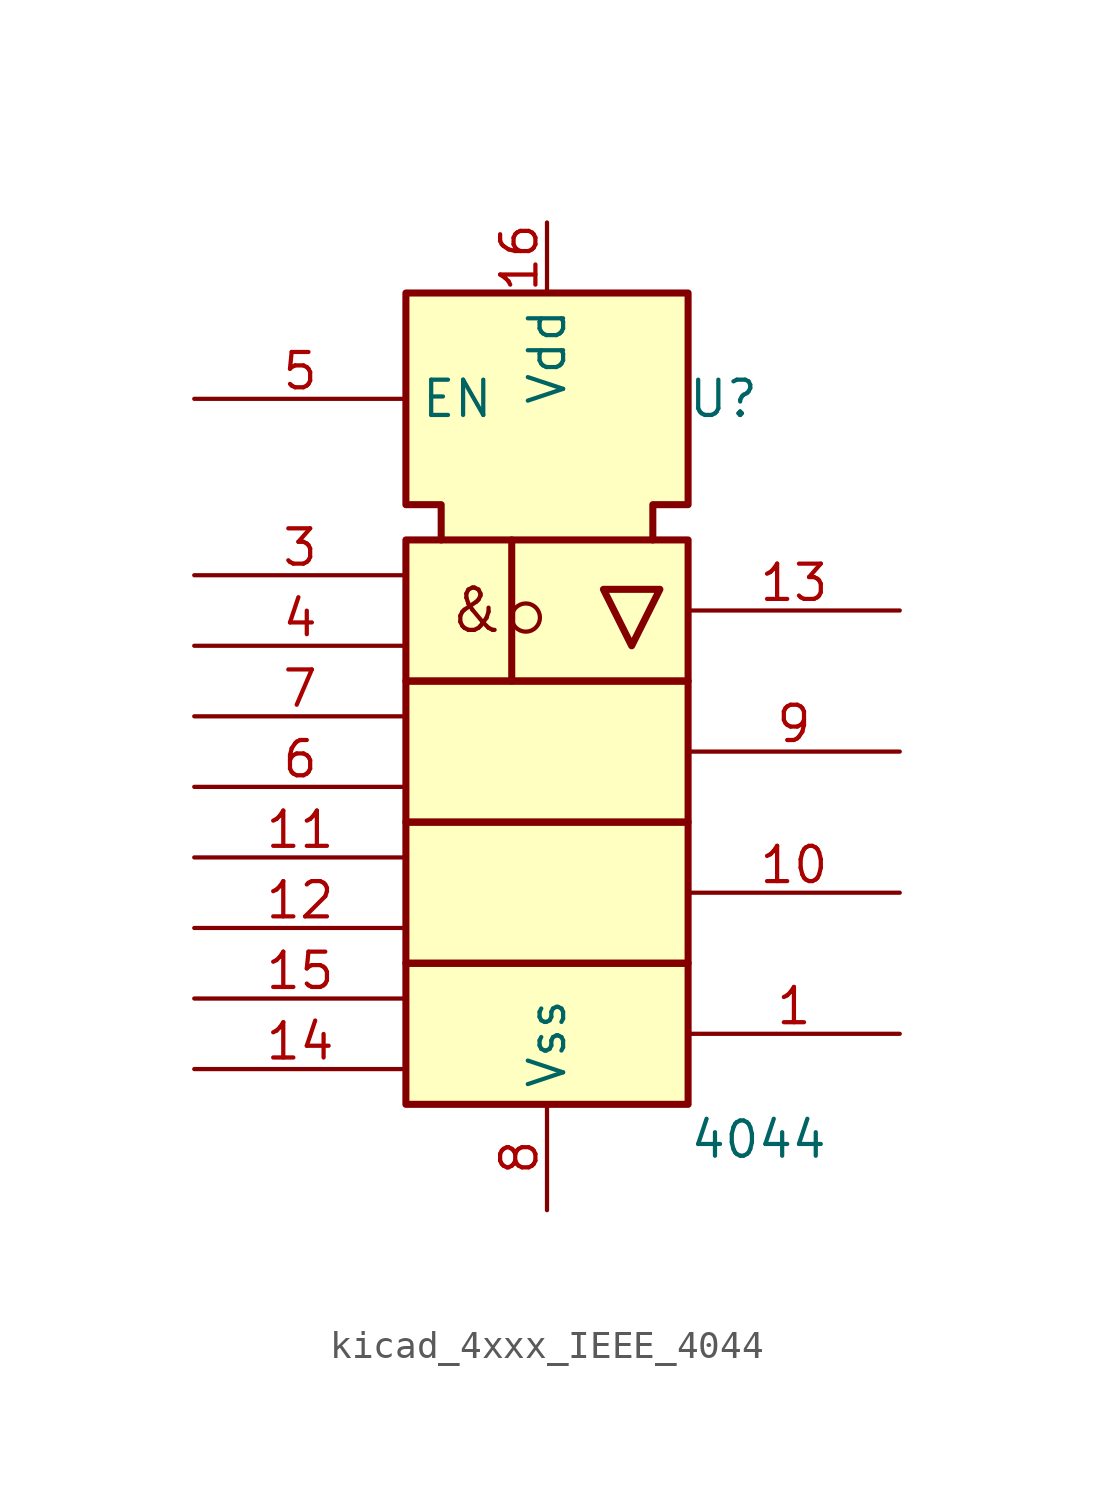
<source format=kicad_sym>
(kicad_symbol_lib
  (version 20220914)
  (generator kicad_symbol_editor)
  (symbol "kicad_4xxx_IEEE_4044"
    (property "Reference" "U"
      (at 6.35 6.35 0)
      (effects (font (size 1.27 1.27))))
    (property "Value" "4044"
      (at 7.62 -20.32 0)
      (effects (font (size 1.27 1.27))))
    (symbol "kicad_4xxx_IEEE_4044_0_0"
      (rectangle (start -5.08 -13.97) (end 5.08 -19.05) (stroke (width 0.254) (type default)) (fill (type background)))
      (rectangle (start -5.08 -8.89) (end 5.08 -13.97) (stroke (width 0.254) (type default)) (fill (type background)))
      (rectangle (start -5.08 -3.81) (end 5.08 -8.89) (stroke (width 0.254) (type default)) (fill (type background)))
      (rectangle (start -5.08 1.27) (end 5.08 -3.81) (stroke (width 0.254) (type default)) (fill (type background)))
      (circle (center -0.762 -1.524) (radius 0.508) (stroke (width 0) (type default)) (fill (type none)))
      (polyline (pts (xy -1.27 1.27) (xy -1.27 -3.81) (xy -1.27 -3.81)) (stroke (width 0.254) (type default)) (fill (type background)))
      (polyline (pts (xy 2.032 -0.508) (xy 3.048 -2.54) (xy 4.064 -0.508) (xy 2.032 -0.508) (xy 2.032 -0.508)) (stroke (width 0.254) (type default)) (fill (type background)))
      (polyline (pts (xy -3.81 1.27) (xy -3.81 2.54) (xy -5.08 2.54) (xy -5.08 10.16) (xy 5.08 10.16) (xy 5.08 2.54) (xy 3.81 2.54) (xy 3.81 1.27) (xy 3.81 1.27)) (stroke (width 0.254) (type default)) (fill (type background)))
      (text "&" (at -2.54 -1.27 0) (effects (font (size 1.524 1.524)))))
    (symbol "kicad_4xxx_IEEE_4044_1_0"
      (pin output line (at 12.7 -16.51 180) (length 7.62) (name "~" (effects (font (size 1.27 1.27)))) (number "1" (effects (font (size 1.27 1.27)))))
      (pin output line (at 12.7 -11.43 180) (length 7.62) (name "~" (effects (font (size 1.27 1.27)))) (number "10" (effects (font (size 1.27 1.27)))))
      (pin input line (at -12.7 -10.16 0) (length 7.62) (name "~" (effects (font (size 1.27 1.27)))) (number "11" (effects (font (size 1.27 1.27)))))
      (pin input line (at -12.7 -12.7 0) (length 7.62) (name "~" (effects (font (size 1.27 1.27)))) (number "12" (effects (font (size 1.27 1.27)))))
      (pin output line (at 12.7 -1.27 180) (length 7.62) (name "~" (effects (font (size 1.27 1.27)))) (number "13" (effects (font (size 1.27 1.27)))))
      (pin input line (at -12.7 -17.78 0) (length 7.62) (name "~" (effects (font (size 1.27 1.27)))) (number "14" (effects (font (size 1.27 1.27)))))
      (pin input line (at -12.7 -15.24 0) (length 7.62) (name "~" (effects (font (size 1.27 1.27)))) (number "15" (effects (font (size 1.27 1.27)))))
      (pin power_in line (at 0 12.7 270) (length 2.54) (name "Vdd" (effects (font (size 1.27 1.27)))) (number "16" (effects (font (size 1.27 1.27)))))
      (pin input line (at -12.7 0 0) (length 7.62) (name "~" (effects (font (size 1.27 1.27)))) (number "3" (effects (font (size 1.27 1.27)))))
      (pin input line (at -12.7 -2.54 0) (length 7.62) (name "~" (effects (font (size 1.27 1.27)))) (number "4" (effects (font (size 1.27 1.27)))))
      (pin input line (at -12.7 6.35 0) (length 7.62) (name "EN" (effects (font (size 1.27 1.27)))) (number "5" (effects (font (size 1.27 1.27)))))
      (pin input line (at -12.7 -7.62 0) (length 7.62) (name "~" (effects (font (size 1.27 1.27)))) (number "6" (effects (font (size 1.27 1.27)))))
      (pin input line (at -12.7 -5.08 0) (length 7.62) (name "~" (effects (font (size 1.27 1.27)))) (number "7" (effects (font (size 1.27 1.27)))))
      (pin power_in line (at 0 -22.86 90) (length 3.81) (name "Vss" (effects (font (size 1.27 1.27)))) (number "8" (effects (font (size 1.27 1.27)))))
      (pin output line (at 12.7 -6.35 180) (length 7.62) (name "~" (effects (font (size 1.27 1.27)))) (number "9" (effects (font (size 1.27 1.27))))))))
</source>
